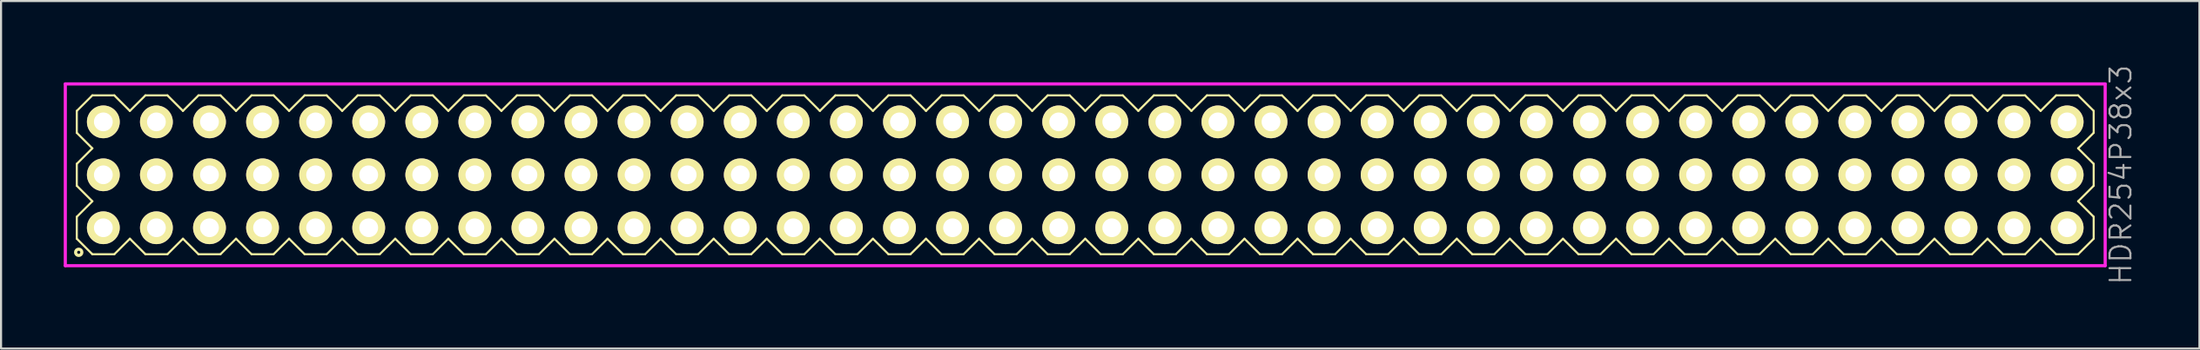
<source format=kicad_pcb>
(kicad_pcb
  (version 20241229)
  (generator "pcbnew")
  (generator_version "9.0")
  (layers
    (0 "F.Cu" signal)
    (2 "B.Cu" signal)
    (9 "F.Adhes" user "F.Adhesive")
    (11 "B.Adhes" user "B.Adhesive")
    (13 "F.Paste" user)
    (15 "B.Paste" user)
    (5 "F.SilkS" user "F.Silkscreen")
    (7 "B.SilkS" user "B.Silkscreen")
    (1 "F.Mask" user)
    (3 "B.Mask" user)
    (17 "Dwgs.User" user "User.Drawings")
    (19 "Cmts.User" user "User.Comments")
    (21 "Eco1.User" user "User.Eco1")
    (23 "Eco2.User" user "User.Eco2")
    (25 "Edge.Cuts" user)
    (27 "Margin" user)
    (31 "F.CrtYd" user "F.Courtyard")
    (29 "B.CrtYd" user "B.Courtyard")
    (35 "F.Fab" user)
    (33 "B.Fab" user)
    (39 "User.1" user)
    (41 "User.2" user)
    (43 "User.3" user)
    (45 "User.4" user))
  (footprint "HDR254P38x3"
    (layer "F.Cu")
    (at 48.885 5.336)
    (property "Reference" "HDR254P38x3" (at 49.56 0 90) (layer "F.Fab") (effects (font (size 1 1) (thickness 0.1))))
    (attr through_hole)
    (fp_line (start -48.26 -3.066) (end -47.516 -3.81) (stroke (width 0.1) (type solid)) (layer "F.SilkS"))
    (fp_line (start -48.26 -2.014) (end -48.26 -3.066) (stroke (width 0.1) (type solid)) (layer "F.SilkS"))
    (fp_line (start -48.26 -0.526) (end -47.516 -1.27) (stroke (width 0.1) (type solid)) (layer "F.SilkS"))
    (fp_line (start -48.26 0.526) (end -48.26 -0.526) (stroke (width 0.1) (type solid)) (layer "F.SilkS"))
    (fp_line (start -48.26 2.014) (end -47.516 1.27) (stroke (width 0.1) (type solid)) (layer "F.SilkS"))
    (fp_line (start -48.26 3.066) (end -48.26 2.014) (stroke (width 0.1) (type solid)) (layer "F.SilkS"))
    (fp_line (start -47.516 -3.81) (end -46.464 -3.81) (stroke (width 0.1) (type solid)) (layer "F.SilkS"))
    (fp_line (start -47.516 -1.27) (end -48.26 -2.014) (stroke (width 0.1) (type solid)) (layer "F.SilkS"))
    (fp_line (start -47.516 1.27) (end -48.26 0.526) (stroke (width 0.1) (type solid)) (layer "F.SilkS"))
    (fp_line (start -47.516 3.81) (end -48.26 3.066) (stroke (width 0.1) (type solid)) (layer "F.SilkS"))
    (fp_line (start -46.464 -3.81) (end -45.72 -3.066) (stroke (width 0.1) (type solid)) (layer "F.SilkS"))
    (fp_line (start -46.464 3.81) (end -47.516 3.81) (stroke (width 0.1) (type solid)) (layer "F.SilkS"))
    (fp_line (start -45.72 -3.066) (end -44.976 -3.81) (stroke (width 0.1) (type solid)) (layer "F.SilkS"))
    (fp_line (start -45.72 3.066) (end -46.464 3.81) (stroke (width 0.1) (type solid)) (layer "F.SilkS"))
    (fp_line (start -44.976 -3.81) (end -43.924 -3.81) (stroke (width 0.1) (type solid)) (layer "F.SilkS"))
    (fp_line (start -44.976 3.81) (end -45.72 3.066) (stroke (width 0.1) (type solid)) (layer "F.SilkS"))
    (fp_line (start -43.924 -3.81) (end -43.18 -3.066) (stroke (width 0.1) (type solid)) (layer "F.SilkS"))
    (fp_line (start -43.924 3.81) (end -44.976 3.81) (stroke (width 0.1) (type solid)) (layer "F.SilkS"))
    (fp_line (start -43.18 -3.066) (end -42.436 -3.81) (stroke (width 0.1) (type solid)) (layer "F.SilkS"))
    (fp_line (start -43.18 3.066) (end -43.924 3.81) (stroke (width 0.1) (type solid)) (layer "F.SilkS"))
    (fp_line (start -42.436 -3.81) (end -41.384 -3.81) (stroke (width 0.1) (type solid)) (layer "F.SilkS"))
    (fp_line (start -42.436 3.81) (end -43.18 3.066) (stroke (width 0.1) (type solid)) (layer "F.SilkS"))
    (fp_line (start -41.384 -3.81) (end -40.64 -3.066) (stroke (width 0.1) (type solid)) (layer "F.SilkS"))
    (fp_line (start -41.384 3.81) (end -42.436 3.81) (stroke (width 0.1) (type solid)) (layer "F.SilkS"))
    (fp_line (start -40.64 -3.066) (end -39.896 -3.81) (stroke (width 0.1) (type solid)) (layer "F.SilkS"))
    (fp_line (start -40.64 3.066) (end -41.384 3.81) (stroke (width 0.1) (type solid)) (layer "F.SilkS"))
    (fp_line (start -39.896 -3.81) (end -38.844 -3.81) (stroke (width 0.1) (type solid)) (layer "F.SilkS"))
    (fp_line (start -39.896 3.81) (end -40.64 3.066) (stroke (width 0.1) (type solid)) (layer "F.SilkS"))
    (fp_line (start -38.844 -3.81) (end -38.1 -3.066) (stroke (width 0.1) (type solid)) (layer "F.SilkS"))
    (fp_line (start -38.844 3.81) (end -39.896 3.81) (stroke (width 0.1) (type solid)) (layer "F.SilkS"))
    (fp_line (start -38.1 -3.066) (end -37.356 -3.81) (stroke (width 0.1) (type solid)) (layer "F.SilkS"))
    (fp_line (start -38.1 3.066) (end -38.844 3.81) (stroke (width 0.1) (type solid)) (layer "F.SilkS"))
    (fp_line (start -37.356 -3.81) (end -36.304 -3.81) (stroke (width 0.1) (type solid)) (layer "F.SilkS"))
    (fp_line (start -37.356 3.81) (end -38.1 3.066) (stroke (width 0.1) (type solid)) (layer "F.SilkS"))
    (fp_line (start -36.304 -3.81) (end -35.56 -3.066) (stroke (width 0.1) (type solid)) (layer "F.SilkS"))
    (fp_line (start -36.304 3.81) (end -37.356 3.81) (stroke (width 0.1) (type solid)) (layer "F.SilkS"))
    (fp_line (start -35.56 -3.066) (end -34.816 -3.81) (stroke (width 0.1) (type solid)) (layer "F.SilkS"))
    (fp_line (start -35.56 3.066) (end -36.304 3.81) (stroke (width 0.1) (type solid)) (layer "F.SilkS"))
    (fp_line (start -34.816 -3.81) (end -33.764 -3.81) (stroke (width 0.1) (type solid)) (layer "F.SilkS"))
    (fp_line (start -34.816 3.81) (end -35.56 3.066) (stroke (width 0.1) (type solid)) (layer "F.SilkS"))
    (fp_line (start -33.764 -3.81) (end -33.02 -3.066) (stroke (width 0.1) (type solid)) (layer "F.SilkS"))
    (fp_line (start -33.764 3.81) (end -34.816 3.81) (stroke (width 0.1) (type solid)) (layer "F.SilkS"))
    (fp_line (start -33.02 -3.066) (end -32.276 -3.81) (stroke (width 0.1) (type solid)) (layer "F.SilkS"))
    (fp_line (start -33.02 3.066) (end -33.764 3.81) (stroke (width 0.1) (type solid)) (layer "F.SilkS"))
    (fp_line (start -32.276 -3.81) (end -31.224 -3.81) (stroke (width 0.1) (type solid)) (layer "F.SilkS"))
    (fp_line (start -32.276 3.81) (end -33.02 3.066) (stroke (width 0.1) (type solid)) (layer "F.SilkS"))
    (fp_line (start -31.224 -3.81) (end -30.48 -3.066) (stroke (width 0.1) (type solid)) (layer "F.SilkS"))
    (fp_line (start -31.224 3.81) (end -32.276 3.81) (stroke (width 0.1) (type solid)) (layer "F.SilkS"))
    (fp_line (start -30.48 -3.066) (end -29.736 -3.81) (stroke (width 0.1) (type solid)) (layer "F.SilkS"))
    (fp_line (start -30.48 3.066) (end -31.224 3.81) (stroke (width 0.1) (type solid)) (layer "F.SilkS"))
    (fp_line (start -29.736 -3.81) (end -28.684 -3.81) (stroke (width 0.1) (type solid)) (layer "F.SilkS"))
    (fp_line (start -29.736 3.81) (end -30.48 3.066) (stroke (width 0.1) (type solid)) (layer "F.SilkS"))
    (fp_line (start -28.684 -3.81) (end -27.94 -3.066) (stroke (width 0.1) (type solid)) (layer "F.SilkS"))
    (fp_line (start -28.684 3.81) (end -29.736 3.81) (stroke (width 0.1) (type solid)) (layer "F.SilkS"))
    (fp_line (start -27.94 -3.066) (end -27.196 -3.81) (stroke (width 0.1) (type solid)) (layer "F.SilkS"))
    (fp_line (start -27.94 3.066) (end -28.684 3.81) (stroke (width 0.1) (type solid)) (layer "F.SilkS"))
    (fp_line (start -27.196 -3.81) (end -26.144 -3.81) (stroke (width 0.1) (type solid)) (layer "F.SilkS"))
    (fp_line (start -27.196 3.81) (end -27.94 3.066) (stroke (width 0.1) (type solid)) (layer "F.SilkS"))
    (fp_line (start -26.144 -3.81) (end -25.4 -3.066) (stroke (width 0.1) (type solid)) (layer "F.SilkS"))
    (fp_line (start -26.144 3.81) (end -27.196 3.81) (stroke (width 0.1) (type solid)) (layer "F.SilkS"))
    (fp_line (start -25.4 -3.066) (end -24.656 -3.81) (stroke (width 0.1) (type solid)) (layer "F.SilkS"))
    (fp_line (start -25.4 3.066) (end -26.144 3.81) (stroke (width 0.1) (type solid)) (layer "F.SilkS"))
    (fp_line (start -24.656 -3.81) (end -23.604 -3.81) (stroke (width 0.1) (type solid)) (layer "F.SilkS"))
    (fp_line (start -24.656 3.81) (end -25.4 3.066) (stroke (width 0.1) (type solid)) (layer "F.SilkS"))
    (fp_line (start -23.604 -3.81) (end -22.86 -3.066) (stroke (width 0.1) (type solid)) (layer "F.SilkS"))
    (fp_line (start -23.604 3.81) (end -24.656 3.81) (stroke (width 0.1) (type solid)) (layer "F.SilkS"))
    (fp_line (start -22.86 -3.066) (end -22.116 -3.81) (stroke (width 0.1) (type solid)) (layer "F.SilkS"))
    (fp_line (start -22.86 3.066) (end -23.604 3.81) (stroke (width 0.1) (type solid)) (layer "F.SilkS"))
    (fp_line (start -22.116 -3.81) (end -21.064 -3.81) (stroke (width 0.1) (type solid)) (layer "F.SilkS"))
    (fp_line (start -22.116 3.81) (end -22.86 3.066) (stroke (width 0.1) (type solid)) (layer "F.SilkS"))
    (fp_line (start -21.064 -3.81) (end -20.32 -3.066) (stroke (width 0.1) (type solid)) (layer "F.SilkS"))
    (fp_line (start -21.064 3.81) (end -22.116 3.81) (stroke (width 0.1) (type solid)) (layer "F.SilkS"))
    (fp_line (start -20.32 -3.066) (end -19.576 -3.81) (stroke (width 0.1) (type solid)) (layer "F.SilkS"))
    (fp_line (start -20.32 3.066) (end -21.064 3.81) (stroke (width 0.1) (type solid)) (layer "F.SilkS"))
    (fp_line (start -19.576 -3.81) (end -18.524 -3.81) (stroke (width 0.1) (type solid)) (layer "F.SilkS"))
    (fp_line (start -19.576 3.81) (end -20.32 3.066) (stroke (width 0.1) (type solid)) (layer "F.SilkS"))
    (fp_line (start -18.524 -3.81) (end -17.78 -3.066) (stroke (width 0.1) (type solid)) (layer "F.SilkS"))
    (fp_line (start -18.524 3.81) (end -19.576 3.81) (stroke (width 0.1) (type solid)) (layer "F.SilkS"))
    (fp_line (start -17.78 -3.066) (end -17.036 -3.81) (stroke (width 0.1) (type solid)) (layer "F.SilkS"))
    (fp_line (start -17.78 3.066) (end -18.524 3.81) (stroke (width 0.1) (type solid)) (layer "F.SilkS"))
    (fp_line (start -17.036 -3.81) (end -15.984 -3.81) (stroke (width 0.1) (type solid)) (layer "F.SilkS"))
    (fp_line (start -17.036 3.81) (end -17.78 3.066) (stroke (width 0.1) (type solid)) (layer "F.SilkS"))
    (fp_line (start -15.984 -3.81) (end -15.24 -3.066) (stroke (width 0.1) (type solid)) (layer "F.SilkS"))
    (fp_line (start -15.984 3.81) (end -17.036 3.81) (stroke (width 0.1) (type solid)) (layer "F.SilkS"))
    (fp_line (start -15.24 -3.066) (end -14.496 -3.81) (stroke (width 0.1) (type solid)) (layer "F.SilkS"))
    (fp_line (start -15.24 3.066) (end -15.984 3.81) (stroke (width 0.1) (type solid)) (layer "F.SilkS"))
    (fp_line (start -14.496 -3.81) (end -13.444 -3.81) (stroke (width 0.1) (type solid)) (layer "F.SilkS"))
    (fp_line (start -14.496 3.81) (end -15.24 3.066) (stroke (width 0.1) (type solid)) (layer "F.SilkS"))
    (fp_line (start -13.444 -3.81) (end -12.7 -3.066) (stroke (width 0.1) (type solid)) (layer "F.SilkS"))
    (fp_line (start -13.444 3.81) (end -14.496 3.81) (stroke (width 0.1) (type solid)) (layer "F.SilkS"))
    (fp_line (start -12.7 -3.066) (end -11.956 -3.81) (stroke (width 0.1) (type solid)) (layer "F.SilkS"))
    (fp_line (start -12.7 3.066) (end -13.444 3.81) (stroke (width 0.1) (type solid)) (layer "F.SilkS"))
    (fp_line (start -11.956 -3.81) (end -10.904 -3.81) (stroke (width 0.1) (type solid)) (layer "F.SilkS"))
    (fp_line (start -11.956 3.81) (end -12.7 3.066) (stroke (width 0.1) (type solid)) (layer "F.SilkS"))
    (fp_line (start -10.904 -3.81) (end -10.16 -3.066) (stroke (width 0.1) (type solid)) (layer "F.SilkS"))
    (fp_line (start -10.904 3.81) (end -11.956 3.81) (stroke (width 0.1) (type solid)) (layer "F.SilkS"))
    (fp_line (start -10.16 -3.066) (end -9.416 -3.81) (stroke (width 0.1) (type solid)) (layer "F.SilkS"))
    (fp_line (start -10.16 3.066) (end -10.904 3.81) (stroke (width 0.1) (type solid)) (layer "F.SilkS"))
    (fp_line (start -9.416 -3.81) (end -8.364 -3.81) (stroke (width 0.1) (type solid)) (layer "F.SilkS"))
    (fp_line (start -9.416 3.81) (end -10.16 3.066) (stroke (width 0.1) (type solid)) (layer "F.SilkS"))
    (fp_line (start -8.364 -3.81) (end -7.62 -3.066) (stroke (width 0.1) (type solid)) (layer "F.SilkS"))
    (fp_line (start -8.364 3.81) (end -9.416 3.81) (stroke (width 0.1) (type solid)) (layer "F.SilkS"))
    (fp_line (start -7.62 -3.066) (end -6.876 -3.81) (stroke (width 0.1) (type solid)) (layer "F.SilkS"))
    (fp_line (start -7.62 3.066) (end -8.364 3.81) (stroke (width 0.1) (type solid)) (layer "F.SilkS"))
    (fp_line (start -6.876 -3.81) (end -5.824 -3.81) (stroke (width 0.1) (type solid)) (layer "F.SilkS"))
    (fp_line (start -6.876 3.81) (end -7.62 3.066) (stroke (width 0.1) (type solid)) (layer "F.SilkS"))
    (fp_line (start -5.824 -3.81) (end -5.08 -3.066) (stroke (width 0.1) (type solid)) (layer "F.SilkS"))
    (fp_line (start -5.824 3.81) (end -6.876 3.81) (stroke (width 0.1) (type solid)) (layer "F.SilkS"))
    (fp_line (start -5.08 -3.066) (end -4.336 -3.81) (stroke (width 0.1) (type solid)) (layer "F.SilkS"))
    (fp_line (start -5.08 3.066) (end -5.824 3.81) (stroke (width 0.1) (type solid)) (layer "F.SilkS"))
    (fp_line (start -4.336 -3.81) (end -3.284 -3.81) (stroke (width 0.1) (type solid)) (layer "F.SilkS"))
    (fp_line (start -4.336 3.81) (end -5.08 3.066) (stroke (width 0.1) (type solid)) (layer "F.SilkS"))
    (fp_line (start -3.284 -3.81) (end -2.54 -3.066) (stroke (width 0.1) (type solid)) (layer "F.SilkS"))
    (fp_line (start -3.284 3.81) (end -4.336 3.81) (stroke (width 0.1) (type solid)) (layer "F.SilkS"))
    (fp_line (start -2.54 -3.066) (end -1.796 -3.81) (stroke (width 0.1) (type solid)) (layer "F.SilkS"))
    (fp_line (start -2.54 3.066) (end -3.284 3.81) (stroke (width 0.1) (type solid)) (layer "F.SilkS"))
    (fp_line (start -1.796 -3.81) (end -0.744 -3.81) (stroke (width 0.1) (type solid)) (layer "F.SilkS"))
    (fp_line (start -1.796 3.81) (end -2.54 3.066) (stroke (width 0.1) (type solid)) (layer "F.SilkS"))
    (fp_line (start -0.744 -3.81) (end 0 -3.066) (stroke (width 0.1) (type solid)) (layer "F.SilkS"))
    (fp_line (start -0.744 3.81) (end -1.796 3.81) (stroke (width 0.1) (type solid)) (layer "F.SilkS"))
    (fp_line (start 0 -3.066) (end 0.744 -3.81) (stroke (width 0.1) (type solid)) (layer "F.SilkS"))
    (fp_line (start 0 3.066) (end -0.744 3.81) (stroke (width 0.1) (type solid)) (layer "F.SilkS"))
    (fp_line (start 0.744 -3.81) (end 1.796 -3.81) (stroke (width 0.1) (type solid)) (layer "F.SilkS"))
    (fp_line (start 0.744 3.81) (end 0 3.066) (stroke (width 0.1) (type solid)) (layer "F.SilkS"))
    (fp_line (start 1.796 -3.81) (end 2.54 -3.066) (stroke (width 0.1) (type solid)) (layer "F.SilkS"))
    (fp_line (start 1.796 3.81) (end 0.744 3.81) (stroke (width 0.1) (type solid)) (layer "F.SilkS"))
    (fp_line (start 2.54 -3.066) (end 3.284 -3.81) (stroke (width 0.1) (type solid)) (layer "F.SilkS"))
    (fp_line (start 2.54 3.066) (end 1.796 3.81) (stroke (width 0.1) (type solid)) (layer "F.SilkS"))
    (fp_line (start 3.284 -3.81) (end 4.336 -3.81) (stroke (width 0.1) (type solid)) (layer "F.SilkS"))
    (fp_line (start 3.284 3.81) (end 2.54 3.066) (stroke (width 0.1) (type solid)) (layer "F.SilkS"))
    (fp_line (start 4.336 -3.81) (end 5.08 -3.066) (stroke (width 0.1) (type solid)) (layer "F.SilkS"))
    (fp_line (start 4.336 3.81) (end 3.284 3.81) (stroke (width 0.1) (type solid)) (layer "F.SilkS"))
    (fp_line (start 5.08 -3.066) (end 5.824 -3.81) (stroke (width 0.1) (type solid)) (layer "F.SilkS"))
    (fp_line (start 5.08 3.066) (end 4.336 3.81) (stroke (width 0.1) (type solid)) (layer "F.SilkS"))
    (fp_line (start 5.824 -3.81) (end 6.876 -3.81) (stroke (width 0.1) (type solid)) (layer "F.SilkS"))
    (fp_line (start 5.824 3.81) (end 5.08 3.066) (stroke (width 0.1) (type solid)) (layer "F.SilkS"))
    (fp_line (start 6.876 -3.81) (end 7.62 -3.066) (stroke (width 0.1) (type solid)) (layer "F.SilkS"))
    (fp_line (start 6.876 3.81) (end 5.824 3.81) (stroke (width 0.1) (type solid)) (layer "F.SilkS"))
    (fp_line (start 7.62 -3.066) (end 8.364 -3.81) (stroke (width 0.1) (type solid)) (layer "F.SilkS"))
    (fp_line (start 7.62 3.066) (end 6.876 3.81) (stroke (width 0.1) (type solid)) (layer "F.SilkS"))
    (fp_line (start 8.364 -3.81) (end 9.416 -3.81) (stroke (width 0.1) (type solid)) (layer "F.SilkS"))
    (fp_line (start 8.364 3.81) (end 7.62 3.066) (stroke (width 0.1) (type solid)) (layer "F.SilkS"))
    (fp_line (start 9.416 -3.81) (end 10.16 -3.066) (stroke (width 0.1) (type solid)) (layer "F.SilkS"))
    (fp_line (start 9.416 3.81) (end 8.364 3.81) (stroke (width 0.1) (type solid)) (layer "F.SilkS"))
    (fp_line (start 10.16 -3.066) (end 10.904 -3.81) (stroke (width 0.1) (type solid)) (layer "F.SilkS"))
    (fp_line (start 10.16 3.066) (end 9.416 3.81) (stroke (width 0.1) (type solid)) (layer "F.SilkS"))
    (fp_line (start 10.904 -3.81) (end 11.956 -3.81) (stroke (width 0.1) (type solid)) (layer "F.SilkS"))
    (fp_line (start 10.904 3.81) (end 10.16 3.066) (stroke (width 0.1) (type solid)) (layer "F.SilkS"))
    (fp_line (start 11.956 -3.81) (end 12.7 -3.066) (stroke (width 0.1) (type solid)) (layer "F.SilkS"))
    (fp_line (start 11.956 3.81) (end 10.904 3.81) (stroke (width 0.1) (type solid)) (layer "F.SilkS"))
    (fp_line (start 12.7 -3.066) (end 13.444 -3.81) (stroke (width 0.1) (type solid)) (layer "F.SilkS"))
    (fp_line (start 12.7 3.066) (end 11.956 3.81) (stroke (width 0.1) (type solid)) (layer "F.SilkS"))
    (fp_line (start 13.444 -3.81) (end 14.496 -3.81) (stroke (width 0.1) (type solid)) (layer "F.SilkS"))
    (fp_line (start 13.444 3.81) (end 12.7 3.066) (stroke (width 0.1) (type solid)) (layer "F.SilkS"))
    (fp_line (start 14.496 -3.81) (end 15.24 -3.066) (stroke (width 0.1) (type solid)) (layer "F.SilkS"))
    (fp_line (start 14.496 3.81) (end 13.444 3.81) (stroke (width 0.1) (type solid)) (layer "F.SilkS"))
    (fp_line (start 15.24 -3.066) (end 15.984 -3.81) (stroke (width 0.1) (type solid)) (layer "F.SilkS"))
    (fp_line (start 15.24 3.066) (end 14.496 3.81) (stroke (width 0.1) (type solid)) (layer "F.SilkS"))
    (fp_line (start 15.984 -3.81) (end 17.036 -3.81) (stroke (width 0.1) (type solid)) (layer "F.SilkS"))
    (fp_line (start 15.984 3.81) (end 15.24 3.066) (stroke (width 0.1) (type solid)) (layer "F.SilkS"))
    (fp_line (start 17.036 -3.81) (end 17.78 -3.066) (stroke (width 0.1) (type solid)) (layer "F.SilkS"))
    (fp_line (start 17.036 3.81) (end 15.984 3.81) (stroke (width 0.1) (type solid)) (layer "F.SilkS"))
    (fp_line (start 17.78 -3.066) (end 18.524 -3.81) (stroke (width 0.1) (type solid)) (layer "F.SilkS"))
    (fp_line (start 17.78 3.066) (end 17.036 3.81) (stroke (width 0.1) (type solid)) (layer "F.SilkS"))
    (fp_line (start 18.524 -3.81) (end 19.576 -3.81) (stroke (width 0.1) (type solid)) (layer "F.SilkS"))
    (fp_line (start 18.524 3.81) (end 17.78 3.066) (stroke (width 0.1) (type solid)) (layer "F.SilkS"))
    (fp_line (start 19.576 -3.81) (end 20.32 -3.066) (stroke (width 0.1) (type solid)) (layer "F.SilkS"))
    (fp_line (start 19.576 3.81) (end 18.524 3.81) (stroke (width 0.1) (type solid)) (layer "F.SilkS"))
    (fp_line (start 20.32 -3.066) (end 21.064 -3.81) (stroke (width 0.1) (type solid)) (layer "F.SilkS"))
    (fp_line (start 20.32 3.066) (end 19.576 3.81) (stroke (width 0.1) (type solid)) (layer "F.SilkS"))
    (fp_line (start 21.064 -3.81) (end 22.116 -3.81) (stroke (width 0.1) (type solid)) (layer "F.SilkS"))
    (fp_line (start 21.064 3.81) (end 20.32 3.066) (stroke (width 0.1) (type solid)) (layer "F.SilkS"))
    (fp_line (start 22.116 -3.81) (end 22.86 -3.066) (stroke (width 0.1) (type solid)) (layer "F.SilkS"))
    (fp_line (start 22.116 3.81) (end 21.064 3.81) (stroke (width 0.1) (type solid)) (layer "F.SilkS"))
    (fp_line (start 22.86 -3.066) (end 23.604 -3.81) (stroke (width 0.1) (type solid)) (layer "F.SilkS"))
    (fp_line (start 22.86 3.066) (end 22.116 3.81) (stroke (width 0.1) (type solid)) (layer "F.SilkS"))
    (fp_line (start 23.604 -3.81) (end 24.656 -3.81) (stroke (width 0.1) (type solid)) (layer "F.SilkS"))
    (fp_line (start 23.604 3.81) (end 22.86 3.066) (stroke (width 0.1) (type solid)) (layer "F.SilkS"))
    (fp_line (start 24.656 -3.81) (end 25.4 -3.066) (stroke (width 0.1) (type solid)) (layer "F.SilkS"))
    (fp_line (start 24.656 3.81) (end 23.604 3.81) (stroke (width 0.1) (type solid)) (layer "F.SilkS"))
    (fp_line (start 25.4 -3.066) (end 26.144 -3.81) (stroke (width 0.1) (type solid)) (layer "F.SilkS"))
    (fp_line (start 25.4 3.066) (end 24.656 3.81) (stroke (width 0.1) (type solid)) (layer "F.SilkS"))
    (fp_line (start 26.144 -3.81) (end 27.196 -3.81) (stroke (width 0.1) (type solid)) (layer "F.SilkS"))
    (fp_line (start 26.144 3.81) (end 25.4 3.066) (stroke (width 0.1) (type solid)) (layer "F.SilkS"))
    (fp_line (start 27.196 -3.81) (end 27.94 -3.066) (stroke (width 0.1) (type solid)) (layer "F.SilkS"))
    (fp_line (start 27.196 3.81) (end 26.144 3.81) (stroke (width 0.1) (type solid)) (layer "F.SilkS"))
    (fp_line (start 27.94 -3.066) (end 28.684 -3.81) (stroke (width 0.1) (type solid)) (layer "F.SilkS"))
    (fp_line (start 27.94 3.066) (end 27.196 3.81) (stroke (width 0.1) (type solid)) (layer "F.SilkS"))
    (fp_line (start 28.684 -3.81) (end 29.736 -3.81) (stroke (width 0.1) (type solid)) (layer "F.SilkS"))
    (fp_line (start 28.684 3.81) (end 27.94 3.066) (stroke (width 0.1) (type solid)) (layer "F.SilkS"))
    (fp_line (start 29.736 -3.81) (end 30.48 -3.066) (stroke (width 0.1) (type solid)) (layer "F.SilkS"))
    (fp_line (start 29.736 3.81) (end 28.684 3.81) (stroke (width 0.1) (type solid)) (layer "F.SilkS"))
    (fp_line (start 30.48 -3.066) (end 31.224 -3.81) (stroke (width 0.1) (type solid)) (layer "F.SilkS"))
    (fp_line (start 30.48 3.066) (end 29.736 3.81) (stroke (width 0.1) (type solid)) (layer "F.SilkS"))
    (fp_line (start 31.224 -3.81) (end 32.276 -3.81) (stroke (width 0.1) (type solid)) (layer "F.SilkS"))
    (fp_line (start 31.224 3.81) (end 30.48 3.066) (stroke (width 0.1) (type solid)) (layer "F.SilkS"))
    (fp_line (start 32.276 -3.81) (end 33.02 -3.066) (stroke (width 0.1) (type solid)) (layer "F.SilkS"))
    (fp_line (start 32.276 3.81) (end 31.224 3.81) (stroke (width 0.1) (type solid)) (layer "F.SilkS"))
    (fp_line (start 33.02 -3.066) (end 33.764 -3.81) (stroke (width 0.1) (type solid)) (layer "F.SilkS"))
    (fp_line (start 33.02 3.066) (end 32.276 3.81) (stroke (width 0.1) (type solid)) (layer "F.SilkS"))
    (fp_line (start 33.764 -3.81) (end 34.816 -3.81) (stroke (width 0.1) (type solid)) (layer "F.SilkS"))
    (fp_line (start 33.764 3.81) (end 33.02 3.066) (stroke (width 0.1) (type solid)) (layer "F.SilkS"))
    (fp_line (start 34.816 -3.81) (end 35.56 -3.066) (stroke (width 0.1) (type solid)) (layer "F.SilkS"))
    (fp_line (start 34.816 3.81) (end 33.764 3.81) (stroke (width 0.1) (type solid)) (layer "F.SilkS"))
    (fp_line (start 35.56 -3.066) (end 36.304 -3.81) (stroke (width 0.1) (type solid)) (layer "F.SilkS"))
    (fp_line (start 35.56 3.066) (end 34.816 3.81) (stroke (width 0.1) (type solid)) (layer "F.SilkS"))
    (fp_line (start 36.304 -3.81) (end 37.356 -3.81) (stroke (width 0.1) (type solid)) (layer "F.SilkS"))
    (fp_line (start 36.304 3.81) (end 35.56 3.066) (stroke (width 0.1) (type solid)) (layer "F.SilkS"))
    (fp_line (start 37.356 -3.81) (end 38.1 -3.066) (stroke (width 0.1) (type solid)) (layer "F.SilkS"))
    (fp_line (start 37.356 3.81) (end 36.304 3.81) (stroke (width 0.1) (type solid)) (layer "F.SilkS"))
    (fp_line (start 38.1 -3.066) (end 38.844 -3.81) (stroke (width 0.1) (type solid)) (layer "F.SilkS"))
    (fp_line (start 38.1 3.066) (end 37.356 3.81) (stroke (width 0.1) (type solid)) (layer "F.SilkS"))
    (fp_line (start 38.844 -3.81) (end 39.896 -3.81) (stroke (width 0.1) (type solid)) (layer "F.SilkS"))
    (fp_line (start 38.844 3.81) (end 38.1 3.066) (stroke (width 0.1) (type solid)) (layer "F.SilkS"))
    (fp_line (start 39.896 -3.81) (end 40.64 -3.066) (stroke (width 0.1) (type solid)) (layer "F.SilkS"))
    (fp_line (start 39.896 3.81) (end 38.844 3.81) (stroke (width 0.1) (type solid)) (layer "F.SilkS"))
    (fp_line (start 40.64 -3.066) (end 41.384 -3.81) (stroke (width 0.1) (type solid)) (layer "F.SilkS"))
    (fp_line (start 40.64 3.066) (end 39.896 3.81) (stroke (width 0.1) (type solid)) (layer "F.SilkS"))
    (fp_line (start 41.384 -3.81) (end 42.436 -3.81) (stroke (width 0.1) (type solid)) (layer "F.SilkS"))
    (fp_line (start 41.384 3.81) (end 40.64 3.066) (stroke (width 0.1) (type solid)) (layer "F.SilkS"))
    (fp_line (start 42.436 -3.81) (end 43.18 -3.066) (stroke (width 0.1) (type solid)) (layer "F.SilkS"))
    (fp_line (start 42.436 3.81) (end 41.384 3.81) (stroke (width 0.1) (type solid)) (layer "F.SilkS"))
    (fp_line (start 43.18 -3.066) (end 43.924 -3.81) (stroke (width 0.1) (type solid)) (layer "F.SilkS"))
    (fp_line (start 43.18 3.066) (end 42.436 3.81) (stroke (width 0.1) (type solid)) (layer "F.SilkS"))
    (fp_line (start 43.924 -3.81) (end 44.976 -3.81) (stroke (width 0.1) (type solid)) (layer "F.SilkS"))
    (fp_line (start 43.924 3.81) (end 43.18 3.066) (stroke (width 0.1) (type solid)) (layer "F.SilkS"))
    (fp_line (start 44.976 -3.81) (end 45.72 -3.066) (stroke (width 0.1) (type solid)) (layer "F.SilkS"))
    (fp_line (start 44.976 3.81) (end 43.924 3.81) (stroke (width 0.1) (type solid)) (layer "F.SilkS"))
    (fp_line (start 45.72 -3.066) (end 46.464 -3.81) (stroke (width 0.1) (type solid)) (layer "F.SilkS"))
    (fp_line (start 45.72 3.066) (end 44.976 3.81) (stroke (width 0.1) (type solid)) (layer "F.SilkS"))
    (fp_line (start 46.464 -3.81) (end 47.516 -3.81) (stroke (width 0.1) (type solid)) (layer "F.SilkS"))
    (fp_line (start 46.464 3.81) (end 45.72 3.066) (stroke (width 0.1) (type solid)) (layer "F.SilkS"))
    (fp_line (start 47.516 -3.81) (end 48.26 -3.066) (stroke (width 0.1) (type solid)) (layer "F.SilkS"))
    (fp_line (start 47.516 -1.27) (end 48.26 -0.526) (stroke (width 0.1) (type solid)) (layer "F.SilkS"))
    (fp_line (start 47.516 1.27) (end 48.26 2.014) (stroke (width 0.1) (type solid)) (layer "F.SilkS"))
    (fp_line (start 47.516 3.81) (end 46.464 3.81) (stroke (width 0.1) (type solid)) (layer "F.SilkS"))
    (fp_line (start 48.26 -3.066) (end 48.26 -2.014) (stroke (width 0.1) (type solid)) (layer "F.SilkS"))
    (fp_line (start 48.26 -2.014) (end 47.516 -1.27) (stroke (width 0.1) (type solid)) (layer "F.SilkS"))
    (fp_line (start 48.26 -0.526) (end 48.26 0.526) (stroke (width 0.1) (type solid)) (layer "F.SilkS"))
    (fp_line (start 48.26 0.526) (end 47.516 1.27) (stroke (width 0.1) (type solid)) (layer "F.SilkS"))
    (fp_line (start 48.26 2.014) (end 48.26 3.066) (stroke (width 0.1) (type solid)) (layer "F.SilkS"))
    (fp_line (start 48.26 3.066) (end 47.516 3.81) (stroke (width 0.1) (type solid)) (layer "F.SilkS"))
    (fp_circle (center -48.168 3.718) (end -48.018 3.718) (stroke (width 0.15) (type solid)) (fill no) (layer "F.SilkS"))
    (fp_line (start -48.81 -4.36) (end -48.81 4.36) (stroke (width 0.15) (type solid)) (layer "F.CrtYd"))
    (fp_line (start -48.81 4.36) (end 48.81 4.36) (stroke (width 0.15) (type solid)) (layer "F.CrtYd"))
    (fp_line (start 48.81 -4.36) (end -48.81 -4.36) (stroke (width 0.15) (type solid)) (layer "F.CrtYd"))
    (fp_line (start 48.81 4.36) (end 48.81 -4.36) (stroke (width 0.15) (type solid)) (layer "F.CrtYd"))
    (pad "1" thru_hole oval (at -46.99 2.54) (size 1.57 1.57) (drill 0.9) (layers "*.Cu" "*.Mask" "F.SilkS"))
    (pad "2" thru_hole oval (at -46.99 0) (size 1.57 1.57) (drill 0.9) (layers "*.Cu" "*.Mask" "F.SilkS"))
    (pad "3" thru_hole oval (at -46.99 -2.54) (size 1.57 1.57) (drill 0.9) (layers "*.Cu" "*.Mask" "F.SilkS"))
    (pad "4" thru_hole oval (at -44.45 2.54) (size 1.57 1.57) (drill 0.9) (layers "*.Cu" "*.Mask" "F.SilkS"))
    (pad "5" thru_hole oval (at -44.45 0) (size 1.57 1.57) (drill 0.9) (layers "*.Cu" "*.Mask" "F.SilkS"))
    (pad "6" thru_hole oval (at -44.45 -2.54) (size 1.57 1.57) (drill 0.9) (layers "*.Cu" "*.Mask" "F.SilkS"))
    (pad "7" thru_hole oval (at -41.91 2.54) (size 1.57 1.57) (drill 0.9) (layers "*.Cu" "*.Mask" "F.SilkS"))
    (pad "8" thru_hole oval (at -41.91 0) (size 1.57 1.57) (drill 0.9) (layers "*.Cu" "*.Mask" "F.SilkS"))
    (pad "9" thru_hole oval (at -41.91 -2.54) (size 1.57 1.57) (drill 0.9) (layers "*.Cu" "*.Mask" "F.SilkS"))
    (pad "10" thru_hole oval (at -39.37 2.54) (size 1.57 1.57) (drill 0.9) (layers "*.Cu" "*.Mask" "F.SilkS"))
    (pad "11" thru_hole oval (at -39.37 0) (size 1.57 1.57) (drill 0.9) (layers "*.Cu" "*.Mask" "F.SilkS"))
    (pad "12" thru_hole oval (at -39.37 -2.54) (size 1.57 1.57) (drill 0.9) (layers "*.Cu" "*.Mask" "F.SilkS"))
    (pad "13" thru_hole oval (at -36.83 2.54) (size 1.57 1.57) (drill 0.9) (layers "*.Cu" "*.Mask" "F.SilkS"))
    (pad "14" thru_hole oval (at -36.83 0) (size 1.57 1.57) (drill 0.9) (layers "*.Cu" "*.Mask" "F.SilkS"))
    (pad "15" thru_hole oval (at -36.83 -2.54) (size 1.57 1.57) (drill 0.9) (layers "*.Cu" "*.Mask" "F.SilkS"))
    (pad "16" thru_hole oval (at -34.29 2.54) (size 1.57 1.57) (drill 0.9) (layers "*.Cu" "*.Mask" "F.SilkS"))
    (pad "17" thru_hole oval (at -34.29 0) (size 1.57 1.57) (drill 0.9) (layers "*.Cu" "*.Mask" "F.SilkS"))
    (pad "18" thru_hole oval (at -34.29 -2.54) (size 1.57 1.57) (drill 0.9) (layers "*.Cu" "*.Mask" "F.SilkS"))
    (pad "19" thru_hole oval (at -31.75 2.54) (size 1.57 1.57) (drill 0.9) (layers "*.Cu" "*.Mask" "F.SilkS"))
    (pad "20" thru_hole oval (at -31.75 0) (size 1.57 1.57) (drill 0.9) (layers "*.Cu" "*.Mask" "F.SilkS"))
    (pad "21" thru_hole oval (at -31.75 -2.54) (size 1.57 1.57) (drill 0.9) (layers "*.Cu" "*.Mask" "F.SilkS"))
    (pad "22" thru_hole oval (at -29.21 2.54) (size 1.57 1.57) (drill 0.9) (layers "*.Cu" "*.Mask" "F.SilkS"))
    (pad "23" thru_hole oval (at -29.21 0) (size 1.57 1.57) (drill 0.9) (layers "*.Cu" "*.Mask" "F.SilkS"))
    (pad "24" thru_hole oval (at -29.21 -2.54) (size 1.57 1.57) (drill 0.9) (layers "*.Cu" "*.Mask" "F.SilkS"))
    (pad "25" thru_hole oval (at -26.67 2.54) (size 1.57 1.57) (drill 0.9) (layers "*.Cu" "*.Mask" "F.SilkS"))
    (pad "26" thru_hole oval (at -26.67 0) (size 1.57 1.57) (drill 0.9) (layers "*.Cu" "*.Mask" "F.SilkS"))
    (pad "27" thru_hole oval (at -26.67 -2.54) (size 1.57 1.57) (drill 0.9) (layers "*.Cu" "*.Mask" "F.SilkS"))
    (pad "28" thru_hole oval (at -24.13 2.54) (size 1.57 1.57) (drill 0.9) (layers "*.Cu" "*.Mask" "F.SilkS"))
    (pad "29" thru_hole oval (at -24.13 0) (size 1.57 1.57) (drill 0.9) (layers "*.Cu" "*.Mask" "F.SilkS"))
    (pad "30" thru_hole oval (at -24.13 -2.54) (size 1.57 1.57) (drill 0.9) (layers "*.Cu" "*.Mask" "F.SilkS"))
    (pad "31" thru_hole oval (at -21.59 2.54) (size 1.57 1.57) (drill 0.9) (layers "*.Cu" "*.Mask" "F.SilkS"))
    (pad "32" thru_hole oval (at -21.59 0) (size 1.57 1.57) (drill 0.9) (layers "*.Cu" "*.Mask" "F.SilkS"))
    (pad "33" thru_hole oval (at -21.59 -2.54) (size 1.57 1.57) (drill 0.9) (layers "*.Cu" "*.Mask" "F.SilkS"))
    (pad "34" thru_hole oval (at -19.05 2.54) (size 1.57 1.57) (drill 0.9) (layers "*.Cu" "*.Mask" "F.SilkS"))
    (pad "35" thru_hole oval (at -19.05 0) (size 1.57 1.57) (drill 0.9) (layers "*.Cu" "*.Mask" "F.SilkS"))
    (pad "36" thru_hole oval (at -19.05 -2.54) (size 1.57 1.57) (drill 0.9) (layers "*.Cu" "*.Mask" "F.SilkS"))
    (pad "37" thru_hole oval (at -16.51 2.54) (size 1.57 1.57) (drill 0.9) (layers "*.Cu" "*.Mask" "F.SilkS"))
    (pad "38" thru_hole oval (at -16.51 0) (size 1.57 1.57) (drill 0.9) (layers "*.Cu" "*.Mask" "F.SilkS"))
    (pad "39" thru_hole oval (at -16.51 -2.54) (size 1.57 1.57) (drill 0.9) (layers "*.Cu" "*.Mask" "F.SilkS"))
    (pad "40" thru_hole oval (at -13.97 2.54) (size 1.57 1.57) (drill 0.9) (layers "*.Cu" "*.Mask" "F.SilkS"))
    (pad "41" thru_hole oval (at -13.97 0) (size 1.57 1.57) (drill 0.9) (layers "*.Cu" "*.Mask" "F.SilkS"))
    (pad "42" thru_hole oval (at -13.97 -2.54) (size 1.57 1.57) (drill 0.9) (layers "*.Cu" "*.Mask" "F.SilkS"))
    (pad "43" thru_hole oval (at -11.43 2.54) (size 1.57 1.57) (drill 0.9) (layers "*.Cu" "*.Mask" "F.SilkS"))
    (pad "44" thru_hole oval (at -11.43 0) (size 1.57 1.57) (drill 0.9) (layers "*.Cu" "*.Mask" "F.SilkS"))
    (pad "45" thru_hole oval (at -11.43 -2.54) (size 1.57 1.57) (drill 0.9) (layers "*.Cu" "*.Mask" "F.SilkS"))
    (pad "46" thru_hole oval (at -8.89 2.54) (size 1.57 1.57) (drill 0.9) (layers "*.Cu" "*.Mask" "F.SilkS"))
    (pad "47" thru_hole oval (at -8.89 0) (size 1.57 1.57) (drill 0.9) (layers "*.Cu" "*.Mask" "F.SilkS"))
    (pad "48" thru_hole oval (at -8.89 -2.54) (size 1.57 1.57) (drill 0.9) (layers "*.Cu" "*.Mask" "F.SilkS"))
    (pad "49" thru_hole oval (at -6.35 2.54) (size 1.57 1.57) (drill 0.9) (layers "*.Cu" "*.Mask" "F.SilkS"))
    (pad "50" thru_hole oval (at -6.35 0) (size 1.57 1.57) (drill 0.9) (layers "*.Cu" "*.Mask" "F.SilkS"))
    (pad "51" thru_hole oval (at -6.35 -2.54) (size 1.57 1.57) (drill 0.9) (layers "*.Cu" "*.Mask" "F.SilkS"))
    (pad "52" thru_hole oval (at -3.81 2.54) (size 1.57 1.57) (drill 0.9) (layers "*.Cu" "*.Mask" "F.SilkS"))
    (pad "53" thru_hole oval (at -3.81 0) (size 1.57 1.57) (drill 0.9) (layers "*.Cu" "*.Mask" "F.SilkS"))
    (pad "54" thru_hole oval (at -3.81 -2.54) (size 1.57 1.57) (drill 0.9) (layers "*.Cu" "*.Mask" "F.SilkS"))
    (pad "55" thru_hole oval (at -1.27 2.54) (size 1.57 1.57) (drill 0.9) (layers "*.Cu" "*.Mask" "F.SilkS"))
    (pad "56" thru_hole oval (at -1.27 0) (size 1.57 1.57) (drill 0.9) (layers "*.Cu" "*.Mask" "F.SilkS"))
    (pad "57" thru_hole oval (at -1.27 -2.54) (size 1.57 1.57) (drill 0.9) (layers "*.Cu" "*.Mask" "F.SilkS"))
    (pad "58" thru_hole oval (at 1.27 2.54) (size 1.57 1.57) (drill 0.9) (layers "*.Cu" "*.Mask" "F.SilkS"))
    (pad "59" thru_hole oval (at 1.27 0) (size 1.57 1.57) (drill 0.9) (layers "*.Cu" "*.Mask" "F.SilkS"))
    (pad "60" thru_hole oval (at 1.27 -2.54) (size 1.57 1.57) (drill 0.9) (layers "*.Cu" "*.Mask" "F.SilkS"))
    (pad "61" thru_hole oval (at 3.81 2.54) (size 1.57 1.57) (drill 0.9) (layers "*.Cu" "*.Mask" "F.SilkS"))
    (pad "62" thru_hole oval (at 3.81 0) (size 1.57 1.57) (drill 0.9) (layers "*.Cu" "*.Mask" "F.SilkS"))
    (pad "63" thru_hole oval (at 3.81 -2.54) (size 1.57 1.57) (drill 0.9) (layers "*.Cu" "*.Mask" "F.SilkS"))
    (pad "64" thru_hole oval (at 6.35 2.54) (size 1.57 1.57) (drill 0.9) (layers "*.Cu" "*.Mask" "F.SilkS"))
    (pad "65" thru_hole oval (at 6.35 0) (size 1.57 1.57) (drill 0.9) (layers "*.Cu" "*.Mask" "F.SilkS"))
    (pad "66" thru_hole oval (at 6.35 -2.54) (size 1.57 1.57) (drill 0.9) (layers "*.Cu" "*.Mask" "F.SilkS"))
    (pad "67" thru_hole oval (at 8.89 2.54) (size 1.57 1.57) (drill 0.9) (layers "*.Cu" "*.Mask" "F.SilkS"))
    (pad "68" thru_hole oval (at 8.89 0) (size 1.57 1.57) (drill 0.9) (layers "*.Cu" "*.Mask" "F.SilkS"))
    (pad "69" thru_hole oval (at 8.89 -2.54) (size 1.57 1.57) (drill 0.9) (layers "*.Cu" "*.Mask" "F.SilkS"))
    (pad "70" thru_hole oval (at 11.43 2.54) (size 1.57 1.57) (drill 0.9) (layers "*.Cu" "*.Mask" "F.SilkS"))
    (pad "71" thru_hole oval (at 11.43 0) (size 1.57 1.57) (drill 0.9) (layers "*.Cu" "*.Mask" "F.SilkS"))
    (pad "72" thru_hole oval (at 11.43 -2.54) (size 1.57 1.57) (drill 0.9) (layers "*.Cu" "*.Mask" "F.SilkS"))
    (pad "73" thru_hole oval (at 13.97 2.54) (size 1.57 1.57) (drill 0.9) (layers "*.Cu" "*.Mask" "F.SilkS"))
    (pad "74" thru_hole oval (at 13.97 0) (size 1.57 1.57) (drill 0.9) (layers "*.Cu" "*.Mask" "F.SilkS"))
    (pad "75" thru_hole oval (at 13.97 -2.54) (size 1.57 1.57) (drill 0.9) (layers "*.Cu" "*.Mask" "F.SilkS"))
    (pad "76" thru_hole oval (at 16.51 2.54) (size 1.57 1.57) (drill 0.9) (layers "*.Cu" "*.Mask" "F.SilkS"))
    (pad "77" thru_hole oval (at 16.51 0) (size 1.57 1.57) (drill 0.9) (layers "*.Cu" "*.Mask" "F.SilkS"))
    (pad "78" thru_hole oval (at 16.51 -2.54) (size 1.57 1.57) (drill 0.9) (layers "*.Cu" "*.Mask" "F.SilkS"))
    (pad "79" thru_hole oval (at 19.05 2.54) (size 1.57 1.57) (drill 0.9) (layers "*.Cu" "*.Mask" "F.SilkS"))
    (pad "80" thru_hole oval (at 19.05 0) (size 1.57 1.57) (drill 0.9) (layers "*.Cu" "*.Mask" "F.SilkS"))
    (pad "81" thru_hole oval (at 19.05 -2.54) (size 1.57 1.57) (drill 0.9) (layers "*.Cu" "*.Mask" "F.SilkS"))
    (pad "82" thru_hole oval (at 21.59 2.54) (size 1.57 1.57) (drill 0.9) (layers "*.Cu" "*.Mask" "F.SilkS"))
    (pad "83" thru_hole oval (at 21.59 0) (size 1.57 1.57) (drill 0.9) (layers "*.Cu" "*.Mask" "F.SilkS"))
    (pad "84" thru_hole oval (at 21.59 -2.54) (size 1.57 1.57) (drill 0.9) (layers "*.Cu" "*.Mask" "F.SilkS"))
    (pad "85" thru_hole oval (at 24.13 2.54) (size 1.57 1.57) (drill 0.9) (layers "*.Cu" "*.Mask" "F.SilkS"))
    (pad "86" thru_hole oval (at 24.13 0) (size 1.57 1.57) (drill 0.9) (layers "*.Cu" "*.Mask" "F.SilkS"))
    (pad "87" thru_hole oval (at 24.13 -2.54) (size 1.57 1.57) (drill 0.9) (layers "*.Cu" "*.Mask" "F.SilkS"))
    (pad "88" thru_hole oval (at 26.67 2.54) (size 1.57 1.57) (drill 0.9) (layers "*.Cu" "*.Mask" "F.SilkS"))
    (pad "89" thru_hole oval (at 26.67 0) (size 1.57 1.57) (drill 0.9) (layers "*.Cu" "*.Mask" "F.SilkS"))
    (pad "90" thru_hole oval (at 26.67 -2.54) (size 1.57 1.57) (drill 0.9) (layers "*.Cu" "*.Mask" "F.SilkS"))
    (pad "91" thru_hole oval (at 29.21 2.54) (size 1.57 1.57) (drill 0.9) (layers "*.Cu" "*.Mask" "F.SilkS"))
    (pad "92" thru_hole oval (at 29.21 0) (size 1.57 1.57) (drill 0.9) (layers "*.Cu" "*.Mask" "F.SilkS"))
    (pad "93" thru_hole oval (at 29.21 -2.54) (size 1.57 1.57) (drill 0.9) (layers "*.Cu" "*.Mask" "F.SilkS"))
    (pad "94" thru_hole oval (at 31.75 2.54) (size 1.57 1.57) (drill 0.9) (layers "*.Cu" "*.Mask" "F.SilkS"))
    (pad "95" thru_hole oval (at 31.75 0) (size 1.57 1.57) (drill 0.9) (layers "*.Cu" "*.Mask" "F.SilkS"))
    (pad "96" thru_hole oval (at 31.75 -2.54) (size 1.57 1.57) (drill 0.9) (layers "*.Cu" "*.Mask" "F.SilkS"))
    (pad "97" thru_hole oval (at 34.29 2.54) (size 1.57 1.57) (drill 0.9) (layers "*.Cu" "*.Mask" "F.SilkS"))
    (pad "98" thru_hole oval (at 34.29 0) (size 1.57 1.57) (drill 0.9) (layers "*.Cu" "*.Mask" "F.SilkS"))
    (pad "99" thru_hole oval (at 34.29 -2.54) (size 1.57 1.57) (drill 0.9) (layers "*.Cu" "*.Mask" "F.SilkS"))
    (pad "100" thru_hole oval (at 36.83 2.54) (size 1.57 1.57) (drill 0.9) (layers "*.Cu" "*.Mask" "F.SilkS"))
    (pad "101" thru_hole oval (at 36.83 0) (size 1.57 1.57) (drill 0.9) (layers "*.Cu" "*.Mask" "F.SilkS"))
    (pad "102" thru_hole oval (at 36.83 -2.54) (size 1.57 1.57) (drill 0.9) (layers "*.Cu" "*.Mask" "F.SilkS"))
    (pad "103" thru_hole oval (at 39.37 2.54) (size 1.57 1.57) (drill 0.9) (layers "*.Cu" "*.Mask" "F.SilkS"))
    (pad "104" thru_hole oval (at 39.37 0) (size 1.57 1.57) (drill 0.9) (layers "*.Cu" "*.Mask" "F.SilkS"))
    (pad "105" thru_hole oval (at 39.37 -2.54) (size 1.57 1.57) (drill 0.9) (layers "*.Cu" "*.Mask" "F.SilkS"))
    (pad "106" thru_hole oval (at 41.91 2.54) (size 1.57 1.57) (drill 0.9) (layers "*.Cu" "*.Mask" "F.SilkS"))
    (pad "107" thru_hole oval (at 41.91 0) (size 1.57 1.57) (drill 0.9) (layers "*.Cu" "*.Mask" "F.SilkS"))
    (pad "108" thru_hole oval (at 41.91 -2.54) (size 1.57 1.57) (drill 0.9) (layers "*.Cu" "*.Mask" "F.SilkS"))
    (pad "109" thru_hole oval (at 44.45 2.54) (size 1.57 1.57) (drill 0.9) (layers "*.Cu" "*.Mask" "F.SilkS"))
    (pad "110" thru_hole oval (at 44.45 0) (size 1.57 1.57) (drill 0.9) (layers "*.Cu" "*.Mask" "F.SilkS"))
    (pad "111" thru_hole oval (at 44.45 -2.54) (size 1.57 1.57) (drill 0.9) (layers "*.Cu" "*.Mask" "F.SilkS"))
    (pad "112" thru_hole oval (at 46.99 2.54) (size 1.57 1.57) (drill 0.9) (layers "*.Cu" "*.Mask" "F.SilkS"))
    (pad "113" thru_hole oval (at 46.99 0) (size 1.57 1.57) (drill 0.9) (layers "*.Cu" "*.Mask" "F.SilkS"))
    (pad "114" thru_hole oval (at 46.99 -2.54) (size 1.57 1.57) (drill 0.9) (layers "*.Cu" "*.Mask" "F.SilkS")))
  (gr_rect
    (start -3 -3)
    (end 102.206 13.671)
    (stroke (width 0.1) (type default))
    (fill no)
    (layer "Edge.Cuts")))
</source>
